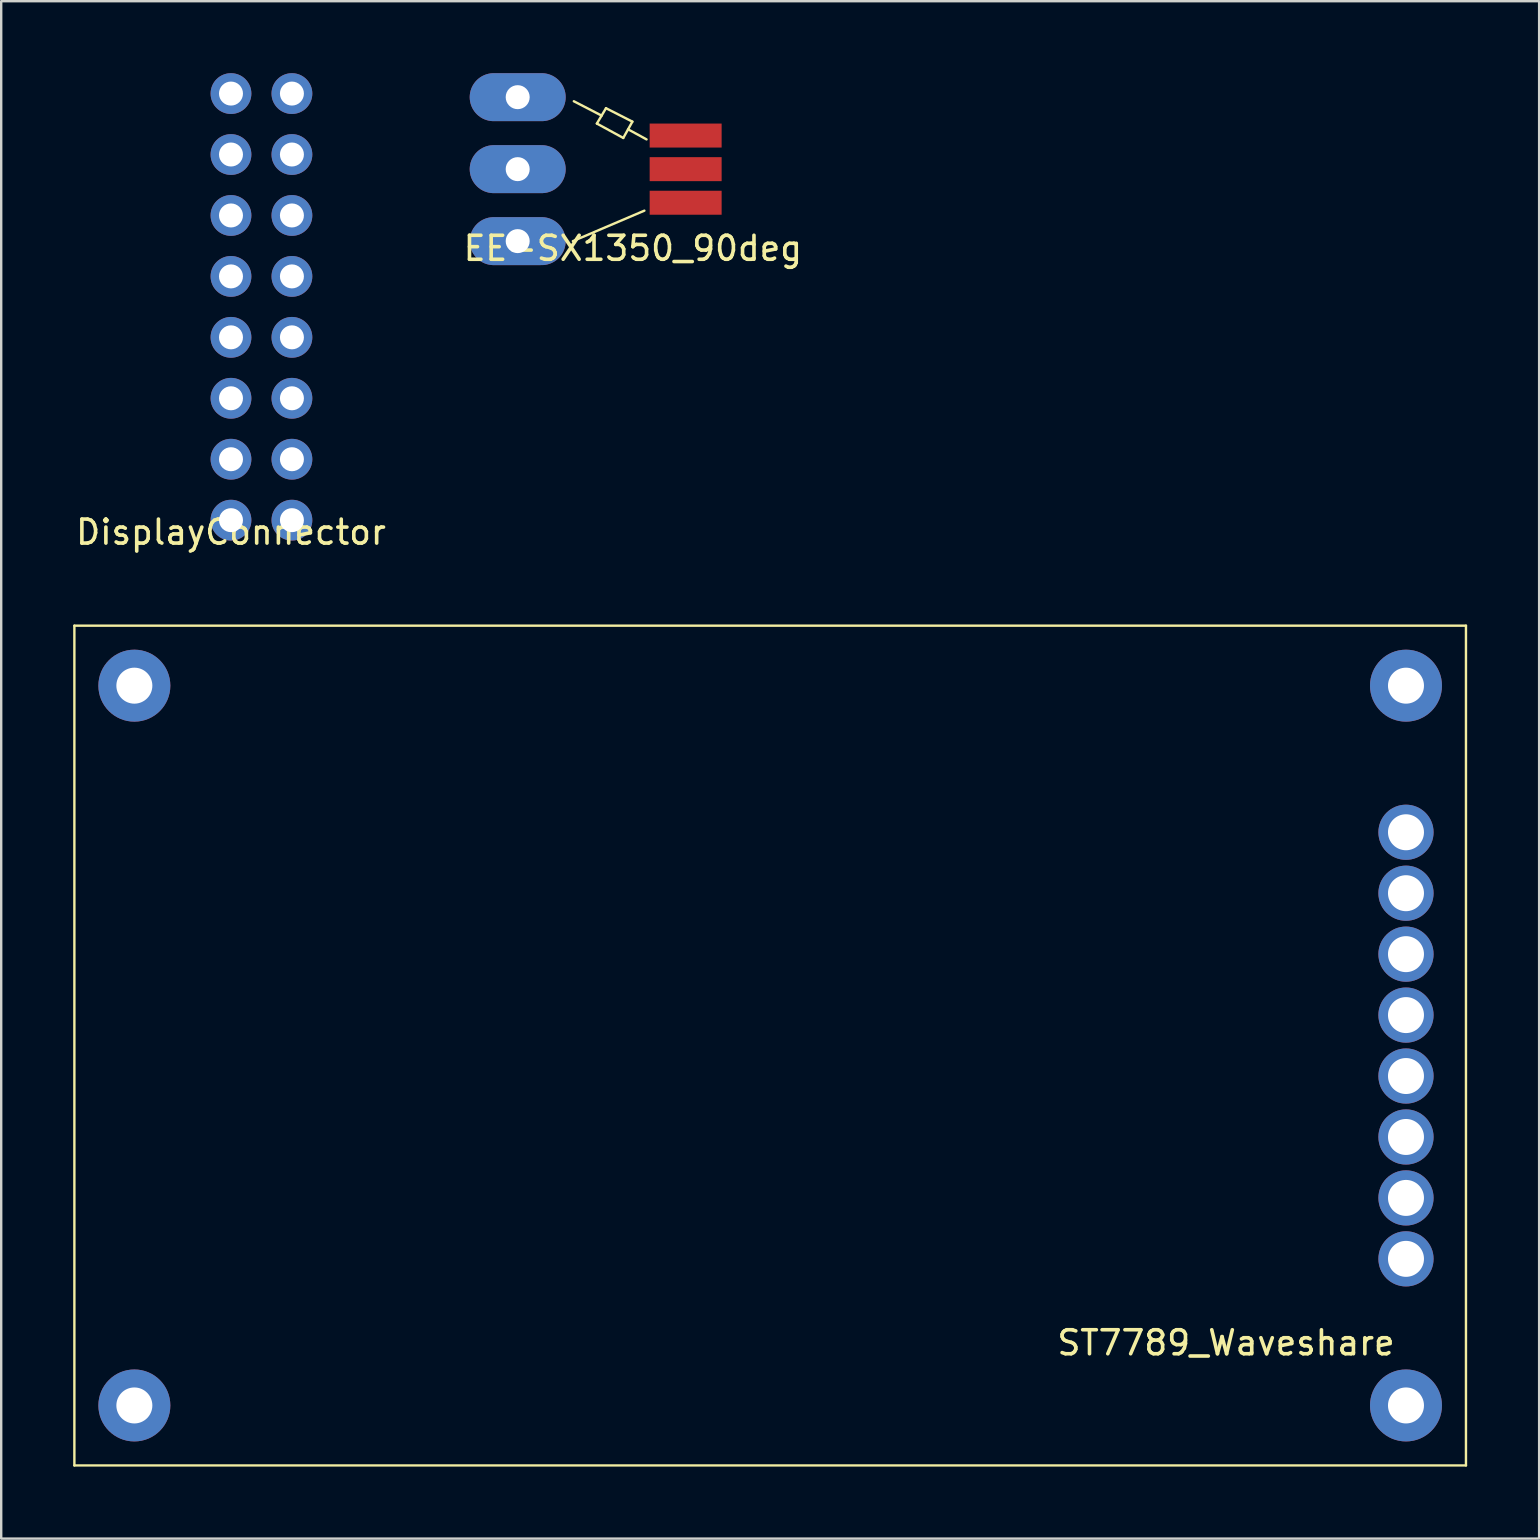
<source format=kicad_pcb>
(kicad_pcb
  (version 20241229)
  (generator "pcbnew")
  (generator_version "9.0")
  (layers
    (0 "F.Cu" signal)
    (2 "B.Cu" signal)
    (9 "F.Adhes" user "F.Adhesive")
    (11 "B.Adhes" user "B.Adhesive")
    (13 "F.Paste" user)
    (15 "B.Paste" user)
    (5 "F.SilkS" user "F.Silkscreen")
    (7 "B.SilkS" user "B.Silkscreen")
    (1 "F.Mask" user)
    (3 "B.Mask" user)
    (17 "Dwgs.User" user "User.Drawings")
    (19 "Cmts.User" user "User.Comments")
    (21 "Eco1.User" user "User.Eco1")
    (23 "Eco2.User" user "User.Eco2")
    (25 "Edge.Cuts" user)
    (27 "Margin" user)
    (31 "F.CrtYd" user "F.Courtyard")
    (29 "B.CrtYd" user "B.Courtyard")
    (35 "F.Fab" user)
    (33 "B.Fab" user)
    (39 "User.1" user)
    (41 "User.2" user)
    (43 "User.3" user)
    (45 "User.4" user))
  (footprint "DisplayConnector"
    (layer "F.Cu")
    (at 6.577 18.63)
    (property "Reference" "DisplayConnector" (at 0 0.5 0) (layer "F.SilkS") (effects (font (size 1 1) (thickness 0.15))))
    (attr through_hole)
    (pad "1" thru_hole circle (at 0 0) (size 1.7 1.7) (drill 1) (layers "*.Cu" "*.Mask"))
    (pad "2" thru_hole circle (at 0 -2.54) (size 1.7 1.7) (drill 1) (layers "*.Cu" "*.Mask"))
    (pad "3" thru_hole circle (at 0 -5.08) (size 1.7 1.7) (drill 1) (layers "*.Cu" "*.Mask"))
    (pad "4" thru_hole circle (at 0 -7.62) (size 1.7 1.7) (drill 1) (layers "*.Cu" "*.Mask"))
    (pad "5" thru_hole circle (at 0 -10.16) (size 1.7 1.7) (drill 1) (layers "*.Cu" "*.Mask"))
    (pad "6" thru_hole circle (at 0 -12.7) (size 1.7 1.7) (drill 1) (layers "*.Cu" "*.Mask"))
    (pad "7" thru_hole circle (at 0 -15.24) (size 1.7 1.7) (drill 1) (layers "*.Cu" "*.Mask"))
    (pad "8" thru_hole circle (at 0 -17.78) (size 1.7 1.7) (drill 1) (layers "*.Cu" "*.Mask"))
    (pad "9" thru_hole circle (at 2.54 -17.78) (size 1.7 1.7) (drill 1) (layers "*.Cu" "*.Mask"))
    (pad "10" thru_hole circle (at 2.54 -15.24) (size 1.7 1.7) (drill 1) (layers "*.Cu" "*.Mask"))
    (pad "11" thru_hole circle (at 2.54 -12.7) (size 1.7 1.7) (drill 1) (layers "*.Cu" "*.Mask"))
    (pad "12" thru_hole circle (at 2.54 -10.16) (size 1.7 1.7) (drill 1) (layers "*.Cu" "*.Mask"))
    (pad "13" thru_hole circle (at 2.54 -7.62) (size 1.7 1.7) (drill 1) (layers "*.Cu" "*.Mask"))
    (pad "14" thru_hole circle (at 2.54 -5.08) (size 1.7 1.7) (drill 1) (layers "*.Cu" "*.Mask"))
    (pad "15" thru_hole circle (at 2.54 -2.54) (size 1.7 1.7) (drill 1) (layers "*.Cu" "*.Mask"))
    (pad "16" thru_hole circle (at 2.54 0) (size 1.7 1.7) (drill 1) (layers "*.Cu" "*.Mask")))
  (footprint "EE-SX1350_90deg"
    (layer "F.Cu")
    (at 22.027 4)
    (property "Reference" "EE-SX1350_90deg" (at 1.3 3.3 0) (layer "F.SilkS") (effects (font (size 1 1) (thickness 0.15))))
    (attr through_hole)
    (fp_line (start -1.2 3) (end 1.78 1.73) (stroke (width 0.1) (type solid)) (layer "F.SilkS"))
    (fp_line (start -1.16 -2.83) (end 0 -2.23) (stroke (width 0.1) (type solid)) (layer "F.SilkS"))
    (fp_line (start -0.2 -1.9) (end 0.9 -1.3) (stroke (width 0.1) (type solid)) (layer "F.SilkS"))
    (fp_line (start 0.18 -2.54) (end -0.2 -1.9) (stroke (width 0.1) (type solid)) (layer "F.SilkS"))
    (fp_line (start 0.9 -1.3) (end 1.28 -1.98) (stroke (width 0.1) (type solid)) (layer "F.SilkS"))
    (fp_line (start 1.28 -1.98) (end 0.18 -2.54) (stroke (width 0.1) (type solid)) (layer "F.SilkS"))
    (fp_line (start 1.87 -1.24) (end 1.1 -1.66) (stroke (width 0.1) (type solid)) (layer "F.SilkS"))
    (pad "1" thru_hole oval (at -3.5 -3) (size 4 2) (drill 1) (layers "*.Cu" "*.Mask"))
    (pad "2" thru_hole oval (at -3.5 0) (size 4 2) (drill 1) (layers "*.Cu" "*.Mask"))
    (pad "3" thru_hole oval (at -3.5 3) (size 4 2) (drill 1) (layers "*.Cu" "*.Mask"))
    (pad "4" smd rect (at 3.5 1.4) (size 3 1) (layers "F.Cu" "F.Mask" "F.Paste"))
    (pad "5" smd rect (at 3.5 0) (size 3 1) (layers "F.Cu" "F.Mask" "F.Paste"))
    (pad "6" smd rect (at 3.5 -1.4) (size 3 1) (layers "F.Cu" "F.Mask" "F.Paste")))
  (footprint "ST7789_Waveshare"
    (layer "F.Cu")
    (at 55.55 49.418)
    (property "Reference" "ST7789_Waveshare" (at -7.5 3.5 0) (layer "F.SilkS") (effects (font (size 1 1) (thickness 0.15))))
    (attr through_hole)
    (fp_line (start -55.5 -26.39) (end -55.5 8.61) (stroke (width 0.1) (type solid)) (layer "F.SilkS"))
    (fp_line (start -55.5 8.61) (end 2.5 8.61) (stroke (width 0.1) (type solid)) (layer "F.SilkS"))
    (fp_line (start 2.5 -26.39) (end -55.5 -26.39) (stroke (width 0.1) (type solid)) (layer "F.SilkS"))
    (fp_line (start 2.5 8.61) (end 2.5 -26.39) (stroke (width 0.1) (type solid)) (layer "F.SilkS"))
    (pad "" np_thru_hole circle (at -53 -23.89) (size 3 3) (drill 1.5) (layers "*.Cu" "*.Mask"))
    (pad "" np_thru_hole circle (at -53 6.11) (size 3 3) (drill 1.5) (layers "*.Cu" "*.Mask"))
    (pad "" np_thru_hole circle (at 0 -23.89) (size 3 3) (drill 1.5) (layers "*.Cu" "*.Mask"))
    (pad "" np_thru_hole circle (at 0 6.11) (size 3 3) (drill 1.5) (layers "*.Cu" "*.Mask"))
    (pad "1" thru_hole circle (at 0 0) (size 2.3 2.3) (drill 1.5) (layers "*.Cu" "*.Mask"))
    (pad "2" thru_hole circle (at 0 -2.54) (size 2.3 2.3) (drill 1.5) (layers "*.Cu" "*.Mask"))
    (pad "3" thru_hole circle (at 0 -5.08) (size 2.3 2.3) (drill 1.5) (layers "*.Cu" "*.Mask"))
    (pad "4" thru_hole circle (at 0 -7.62) (size 2.3 2.3) (drill 1.5) (layers "*.Cu" "*.Mask"))
    (pad "5" thru_hole circle (at 0 -10.16) (size 2.3 2.3) (drill 1.5) (layers "*.Cu" "*.Mask"))
    (pad "6" thru_hole circle (at 0 -12.7) (size 2.3 2.3) (drill 1.5) (layers "*.Cu" "*.Mask"))
    (pad "7" thru_hole circle (at 0 -15.24) (size 2.3 2.3) (drill 1.5) (layers "*.Cu" "*.Mask"))
    (pad "8" thru_hole circle (at 0 -17.78) (size 2.3 2.3) (drill 1.5) (layers "*.Cu" "*.Mask")))
  (gr_rect
    (start -3 -3)
    (end 61.1 61.078)
    (stroke (width 0.1) (type default))
    (fill no)
    (layer "Edge.Cuts")))
</source>
